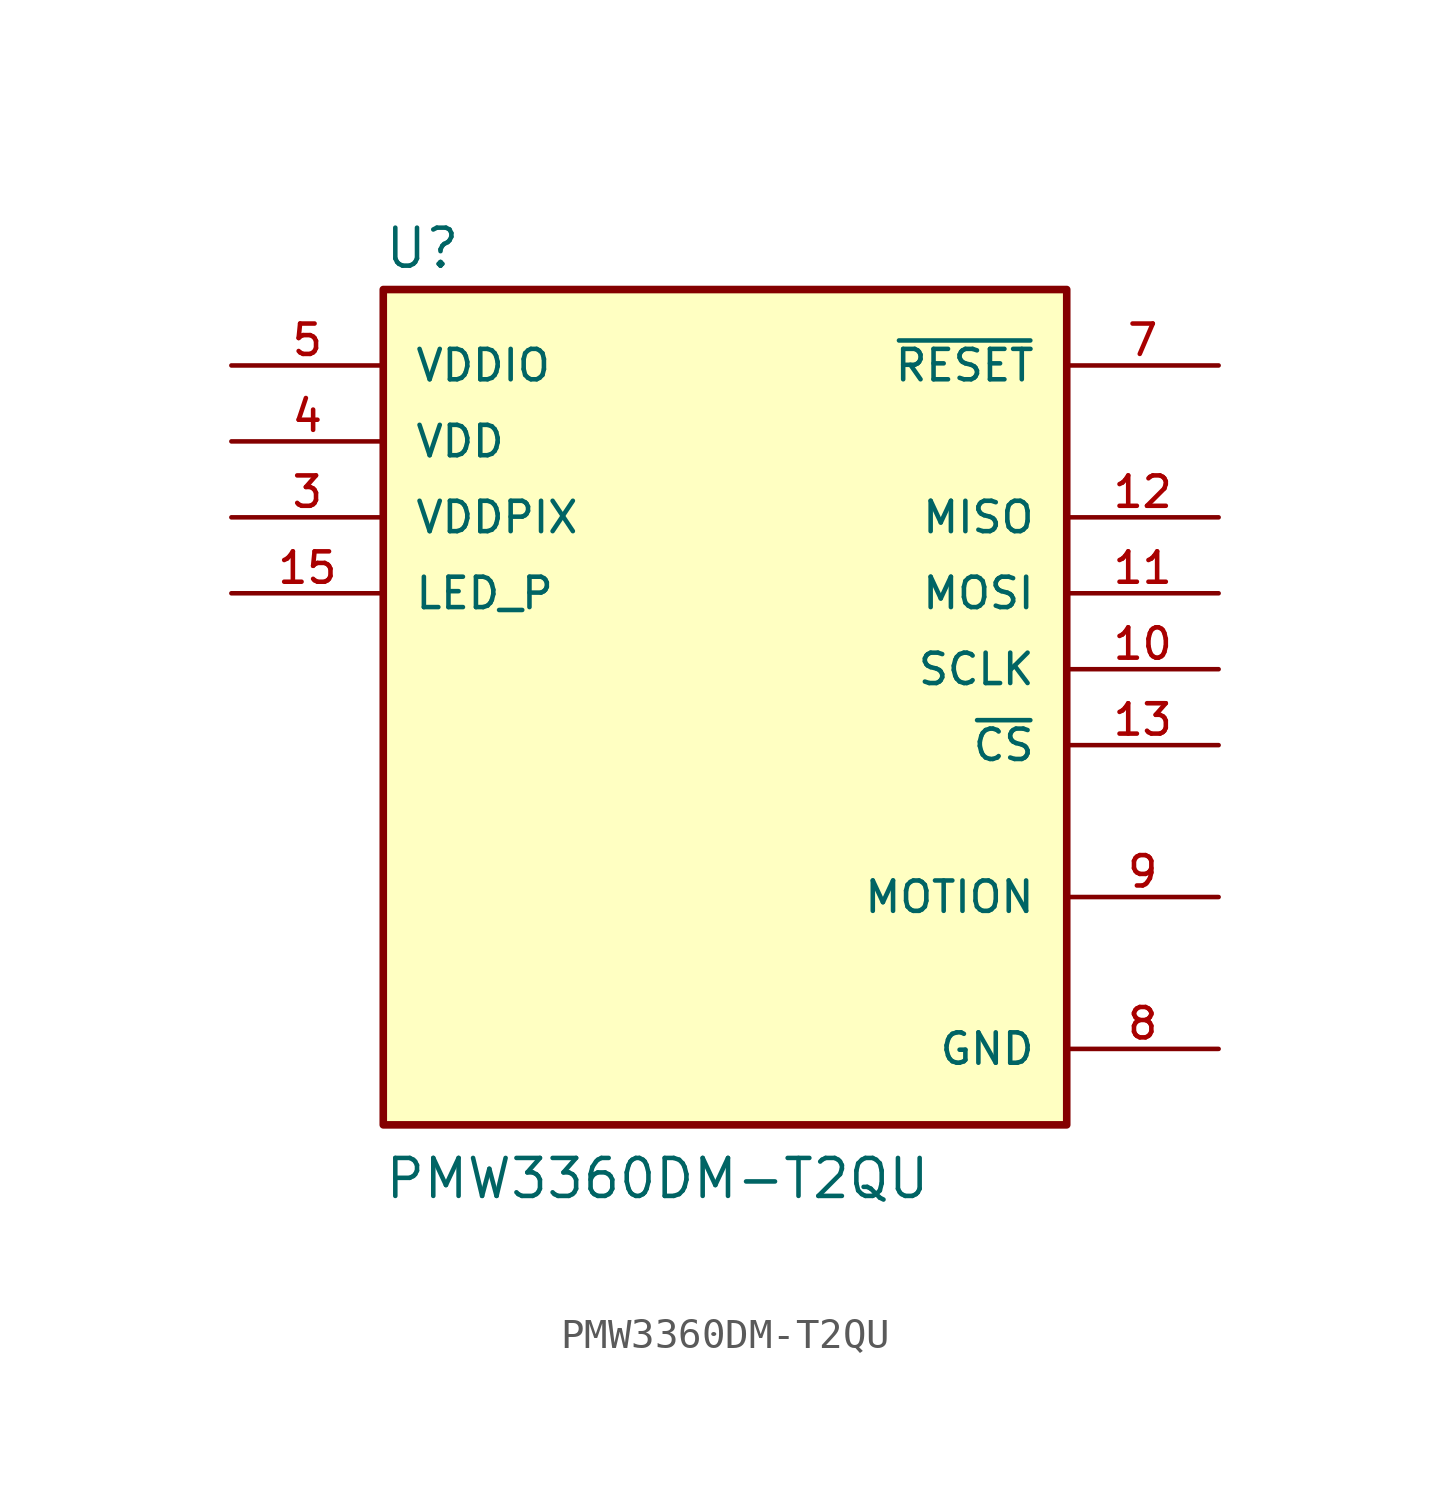
<source format=kicad_sym>
(kicad_symbol_lib
  (version 20220914)
  (generator kicad_symbol_editor)
  (symbol "PMW3360DM-T2QU"
    (pin_names
      (offset 1.016))
    (property "Reference" "U"
      (at -12.7 13.335 0)
      (effects (font (size 1.27 1.27)) (justify left bottom)))
    (property "Value" "PMW3360DM-T2QU"
      (at -12.7 -17.78 0)
      (effects (font (size 1.27 1.27)) (justify left bottom)))
    (symbol "PMW3360DM-T2QU_0_0"
      (rectangle (start -12.7 -15.24) (end 10.16 12.7) (stroke (width 0.254) (type default)) (fill (type background)))
      (pin bidirectional line (at 15.24 0 180) (length 5.08) (name "SCLK" (effects (font (size 1.016 1.016)))) (number "10" (effects (font (size 1.016 1.016)))))
      (pin bidirectional line (at 15.24 2.54 180) (length 5.08) (name "MOSI" (effects (font (size 1.016 1.016)))) (number "11" (effects (font (size 1.016 1.016)))))
      (pin bidirectional line (at 15.24 5.08 180) (length 5.08) (name "MISO" (effects (font (size 1.016 1.016)))) (number "12" (effects (font (size 1.016 1.016)))))
      (pin bidirectional line (at 15.24 -2.54 180) (length 5.08) (name "~{CS}" (effects (font (size 1.016 1.016)))) (number "13" (effects (font (size 1.016 1.016)))))
      (pin bidirectional line (at -17.78 2.54 0) (length 5.08) (name "LED_P" (effects (font (size 1.016 1.016)))) (number "15" (effects (font (size 1.016 1.016)))))
      (pin bidirectional line (at -17.78 5.08 0) (length 5.08) (name "VDDPIX" (effects (font (size 1.016 1.016)))) (number "3" (effects (font (size 1.016 1.016)))))
      (pin bidirectional line (at -17.78 7.62 0) (length 5.08) (name "VDD" (effects (font (size 1.016 1.016)))) (number "4" (effects (font (size 1.016 1.016)))))
      (pin bidirectional line (at -17.78 10.16 0) (length 5.08) (name "VDDIO" (effects (font (size 1.016 1.016)))) (number "5" (effects (font (size 1.016 1.016)))))
      (pin bidirectional line (at 15.24 10.16 180) (length 5.08) (name "~{RESET}" (effects (font (size 1.016 1.016)))) (number "7" (effects (font (size 1.016 1.016)))))
      (pin bidirectional line (at 15.24 -12.7 180) (length 5.08) (name "GND" (effects (font (size 1.016 1.016)))) (number "8" (effects (font (size 1.016 1.016)))))
      (pin bidirectional line (at 15.24 -7.62 180) (length 5.08) (name "MOTION" (effects (font (size 1.016 1.016)))) (number "9" (effects (font (size 1.016 1.016))))))))
</source>
